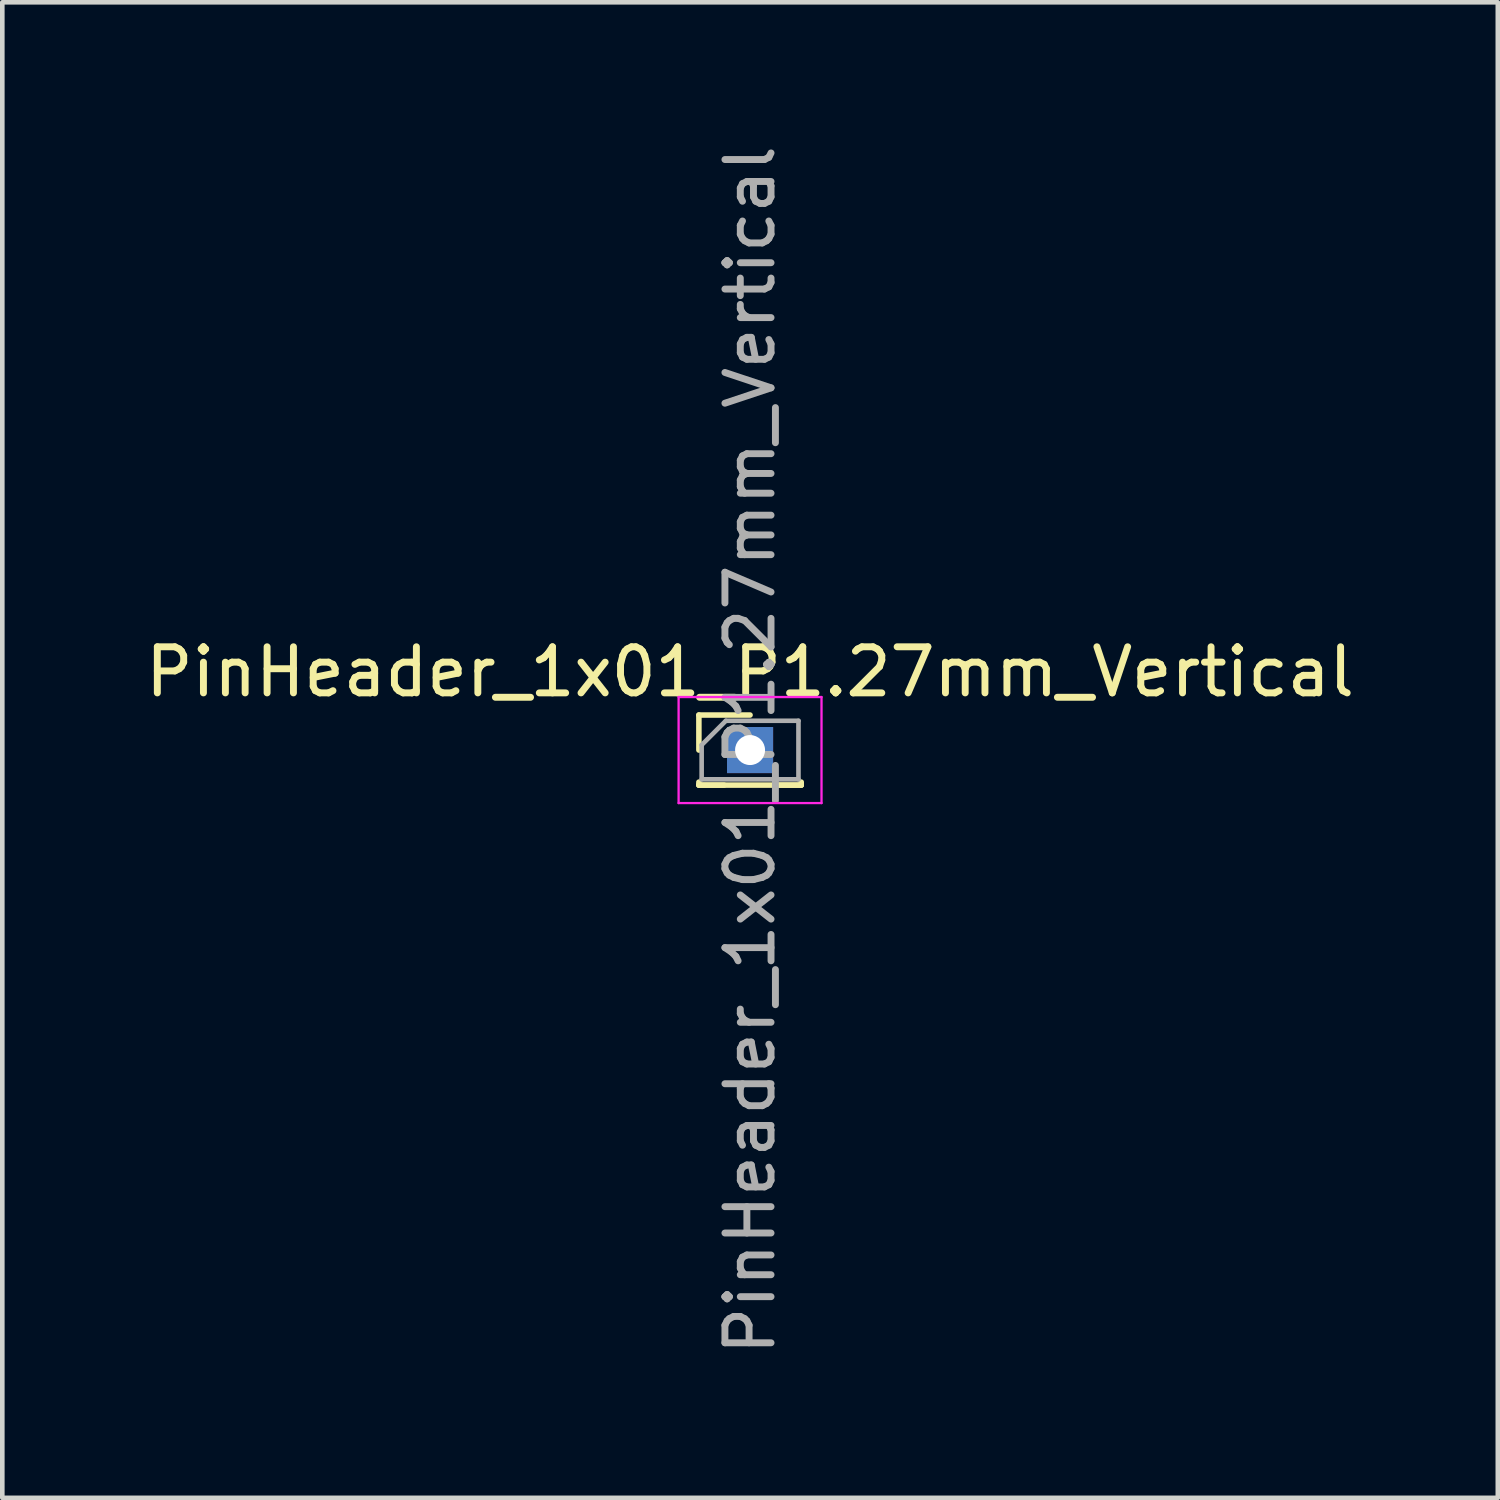
<source format=kicad_pcb>
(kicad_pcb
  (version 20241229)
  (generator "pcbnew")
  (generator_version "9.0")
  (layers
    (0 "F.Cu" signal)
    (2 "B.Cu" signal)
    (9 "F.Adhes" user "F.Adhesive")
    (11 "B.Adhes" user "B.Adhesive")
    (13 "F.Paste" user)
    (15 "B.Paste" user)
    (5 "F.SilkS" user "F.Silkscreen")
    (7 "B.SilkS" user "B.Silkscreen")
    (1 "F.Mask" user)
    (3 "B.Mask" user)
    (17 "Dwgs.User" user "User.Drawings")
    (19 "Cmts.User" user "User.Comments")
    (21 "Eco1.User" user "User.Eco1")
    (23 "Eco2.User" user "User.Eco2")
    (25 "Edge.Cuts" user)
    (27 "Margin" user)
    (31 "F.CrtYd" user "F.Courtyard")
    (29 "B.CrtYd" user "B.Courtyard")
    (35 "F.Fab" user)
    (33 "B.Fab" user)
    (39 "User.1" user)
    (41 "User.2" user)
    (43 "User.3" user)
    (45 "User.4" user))
  (footprint "PinHeader_1x01_P1.27mm_Vertical"
    (layer "F.Cu")
    (at 13.22 13.22)
    (property "Reference" "PinHeader_1x01_P1.27mm_Vertical" (at 0 -1.695 0) (layer "F.SilkS") (effects (font (size 1 1) (thickness 0.15))))
    (attr through_hole)
    (fp_line (start -1.11 -0.76) (end 0 -0.76) (stroke (width 0.12) (type solid)) (layer "F.SilkS"))
    (fp_line (start -1.11 0) (end -1.11 -0.76) (stroke (width 0.12) (type solid)) (layer "F.SilkS"))
    (fp_line (start -1.11 0.76) (end -1.11 0.695) (stroke (width 0.12) (type solid)) (layer "F.SilkS"))
    (fp_line (start -1.11 0.76) (end -0.563 0.76) (stroke (width 0.12) (type solid)) (layer "F.SilkS"))
    (fp_line (start -1.11 0.76) (end 1.11 0.76) (stroke (width 0.12) (type solid)) (layer "F.SilkS"))
    (fp_line (start 0.563 0.76) (end 1.11 0.76) (stroke (width 0.12) (type solid)) (layer "F.SilkS"))
    (fp_line (start 1.11 0.76) (end 1.11 0.695) (stroke (width 0.12) (type solid)) (layer "F.SilkS"))
    (fp_line (start -1.55 -1.15) (end -1.55 1.15) (stroke (width 0.05) (type solid)) (layer "F.CrtYd"))
    (fp_line (start -1.55 1.15) (end 1.55 1.15) (stroke (width 0.05) (type solid)) (layer "F.CrtYd"))
    (fp_line (start 1.55 -1.15) (end -1.55 -1.15) (stroke (width 0.05) (type solid)) (layer "F.CrtYd"))
    (fp_line (start 1.55 1.15) (end 1.55 -1.15) (stroke (width 0.05) (type solid)) (layer "F.CrtYd"))
    (fp_line (start -1.05 -0.11) (end -0.525 -0.635) (stroke (width 0.1) (type solid)) (layer "F.Fab"))
    (fp_line (start -1.05 0.635) (end -1.05 -0.11) (stroke (width 0.1) (type solid)) (layer "F.Fab"))
    (fp_line (start -0.525 -0.635) (end 1.05 -0.635) (stroke (width 0.1) (type solid)) (layer "F.Fab"))
    (fp_line (start 1.05 -0.635) (end 1.05 0.635) (stroke (width 0.1) (type solid)) (layer "F.Fab"))
    (fp_line (start 1.05 0.635) (end -1.05 0.635) (stroke (width 0.1) (type solid)) (layer "F.Fab"))
    (fp_text user "${REFERENCE}" (at 0 0 90) (layer "F.Fab") (effects (font (size 1 1) (thickness 0.15))))
    (pad "1" thru_hole rect (at 0 0) (size 1 1) (drill 0.65) (layers "*.Cu" "*.Mask")))
  (gr_rect
    (start -3 -3)
    (end 29.44 29.44)
    (stroke (width 0.1) (type default))
    (fill no)
    (layer "Edge.Cuts")))
</source>
